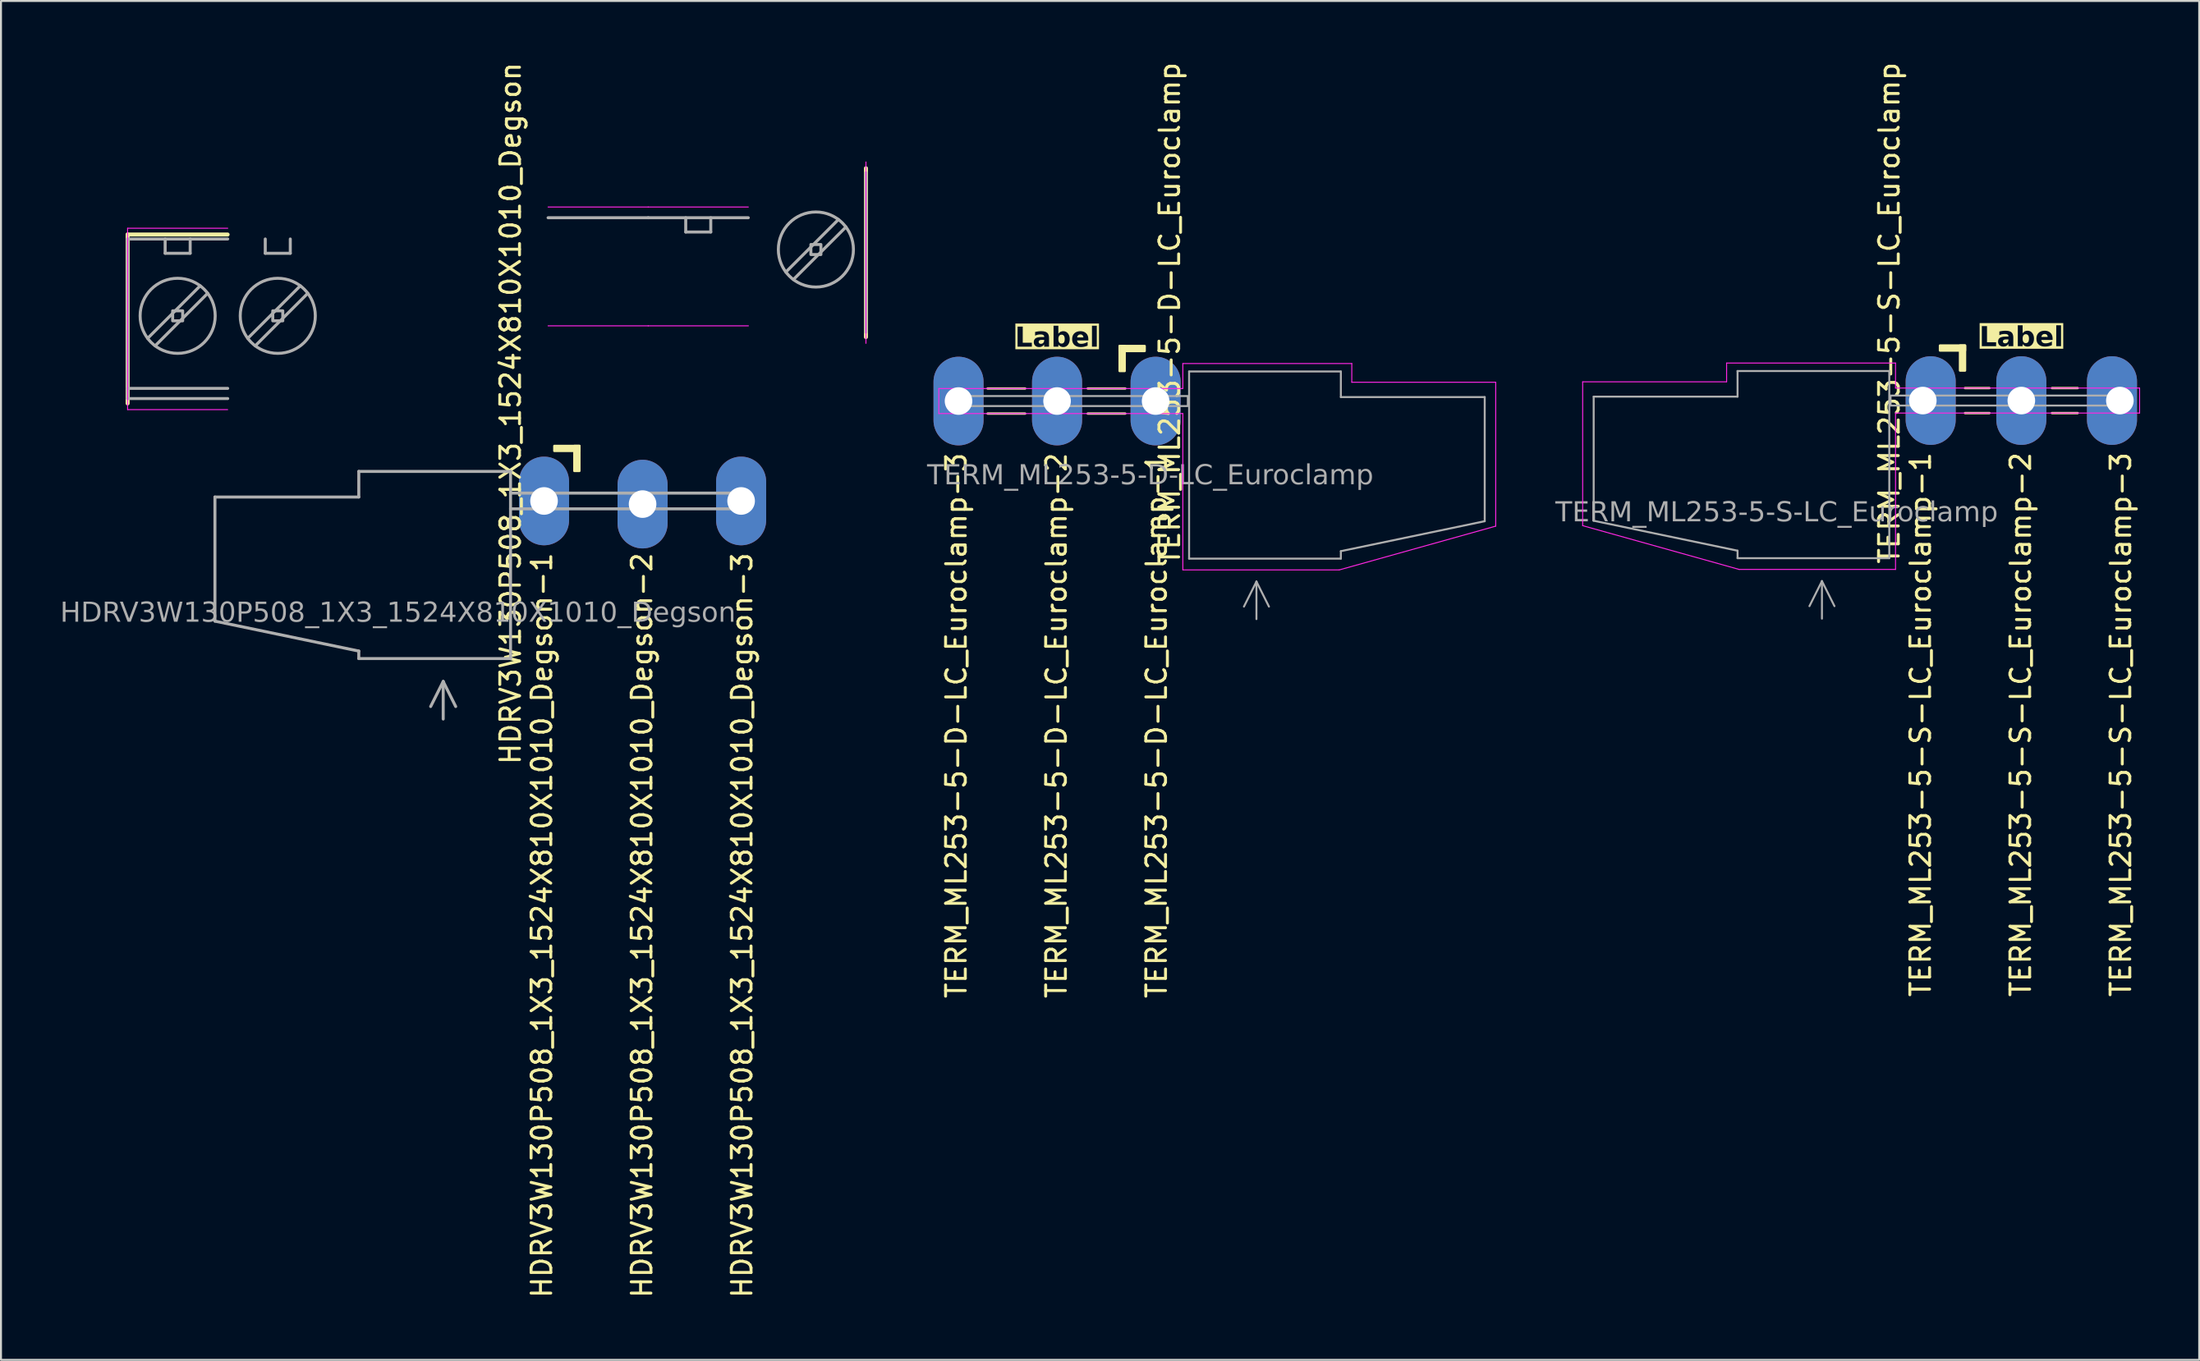
<source format=kicad_pcb>
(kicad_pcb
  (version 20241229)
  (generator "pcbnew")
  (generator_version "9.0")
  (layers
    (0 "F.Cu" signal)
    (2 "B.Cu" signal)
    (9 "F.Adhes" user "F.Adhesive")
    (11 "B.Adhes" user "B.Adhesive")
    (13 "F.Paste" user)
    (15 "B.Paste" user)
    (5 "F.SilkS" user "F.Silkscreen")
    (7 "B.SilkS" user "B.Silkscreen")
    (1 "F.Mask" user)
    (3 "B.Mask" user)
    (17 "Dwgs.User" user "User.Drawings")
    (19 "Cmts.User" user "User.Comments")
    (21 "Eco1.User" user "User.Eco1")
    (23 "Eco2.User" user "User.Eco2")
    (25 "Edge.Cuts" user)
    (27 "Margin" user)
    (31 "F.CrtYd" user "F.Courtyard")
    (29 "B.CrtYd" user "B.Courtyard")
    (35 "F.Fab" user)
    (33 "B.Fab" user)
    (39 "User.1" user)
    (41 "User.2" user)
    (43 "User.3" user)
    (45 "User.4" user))
  (footprint "HDRV3W130P508_1X3_1524X810X1010_Degson"
    (layer "F.Cu")
    (at 22.856 22.38)
    (property "Reference" "HDRV3W130P508_1X3_1524X810X1010_Degson" (at 0 -4.445 90) (layer "F.SilkS") (effects (font (size 1 1) (thickness 0.15))))
    (attr through_hole)
    (fp_line (start -19.431 -13.525) (end -19.431 -4.953) (stroke (width 0.203) (type solid)) (layer "F.SilkS"))
    (fp_line (start -14.356 -13.525) (end -19.431 -13.525) (stroke (width 0.203) (type solid)) (layer "F.SilkS"))
    (fp_line (start 18.034 -16.891) (end 18.034 -8.319) (stroke (width 0.203) (type solid)) (layer "F.SilkS"))
    (fp_rect (start 2.223 -2.794) (end 3.493 -2.54) (stroke (width 0.12) (type solid)) (fill yes) (layer "F.SilkS"))
    (fp_rect (start 3.239 -2.794) (end 3.493 -1.524) (stroke (width 0.12) (type solid)) (fill yes) (layer "F.SilkS"))
    (fp_line (start -19.431 -4.636) (end -19.431 -13.843) (stroke (width 0.05) (type solid)) (layer "F.CrtYd"))
    (fp_line (start -14.356 -4.636) (end -19.431 -4.636) (stroke (width 0.05) (type solid)) (layer "F.CrtYd"))
    (fp_line (start -14.351 -13.843) (end -19.431 -13.843) (stroke (width 0.05) (type solid)) (layer "F.CrtYd"))
    (fp_line (start 1.905 -14.922) (end 6.985 -14.922) (stroke (width 0.05) (type solid)) (layer "F.CrtYd"))
    (fp_line (start 1.905 -8.89) (end 6.99 -8.89) (stroke (width 0.05) (type solid)) (layer "F.CrtYd"))
    (fp_line (start 6.985 -14.922) (end 12.065 -14.922) (stroke (width 0.05) (type solid)) (layer "F.CrtYd"))
    (fp_line (start 6.985 -8.89) (end 12.07 -8.89) (stroke (width 0.05) (type solid)) (layer "F.CrtYd"))
    (fp_line (start 18.034 -8.001) (end 18.034 -17.209) (stroke (width 0.05) (type solid)) (layer "F.CrtYd"))
    (fp_line (start -19.431 -13.298) (end -19.431 -5.198) (stroke (width 0.152) (type solid)) (layer "F.Fab"))
    (fp_line (start -18.034 -7.874) (end -15.367 -10.541) (stroke (width 0.152) (type default)) (layer "F.Fab"))
    (fp_line (start -17.526 -13.298) (end -17.526 -12.573) (stroke (width 0.152) (type default)) (layer "F.Fab"))
    (fp_line (start -17.526 -12.573) (end -16.256 -12.573) (stroke (width 0.152) (type default)) (layer "F.Fab"))
    (fp_line (start -16.256 -13.298) (end -16.256 -12.573) (stroke (width 0.152) (type default)) (layer "F.Fab"))
    (fp_line (start -15.748 -10.922) (end -18.415 -8.255) (stroke (width 0.152) (type default)) (layer "F.Fab"))
    (fp_line (start -15 -0.2) (end -7.7 -0.2) (stroke (width 0.152) (type solid)) (layer "F.Fab"))
    (fp_line (start -15 6.1) (end -15 -0.2) (stroke (width 0.152) (type solid)) (layer "F.Fab"))
    (fp_line (start -14.351 -13.298) (end -19.431 -13.298) (stroke (width 0.152) (type solid)) (layer "F.Fab"))
    (fp_line (start -14.351 -5.715) (end -19.431 -5.715) (stroke (width 0.152) (type solid)) (layer "F.Fab"))
    (fp_line (start -14.351 -5.198) (end -19.431 -5.198) (stroke (width 0.152) (type solid)) (layer "F.Fab"))
    (fp_line (start -12.954 -7.874) (end -10.287 -10.541) (stroke (width 0.152) (type default)) (layer "F.Fab"))
    (fp_line (start -12.446 -13.298) (end -12.446 -12.573) (stroke (width 0.152) (type default)) (layer "F.Fab"))
    (fp_line (start -12.446 -12.573) (end -11.176 -12.573) (stroke (width 0.152) (type default)) (layer "F.Fab"))
    (fp_line (start -11.176 -13.298) (end -11.176 -12.573) (stroke (width 0.152) (type default)) (layer "F.Fab"))
    (fp_line (start -10.668 -10.922) (end -13.335 -8.255) (stroke (width 0.152) (type default)) (layer "F.Fab"))
    (fp_line (start -7.7 -1.5) (end -7.7 -0.2) (stroke (width 0.152) (type solid)) (layer "F.Fab"))
    (fp_line (start -7.7 7.62) (end -15 6.1) (stroke (width 0.152) (type solid)) (layer "F.Fab"))
    (fp_line (start -7.7 7.62) (end -7.7 8) (stroke (width 0.152) (type solid)) (layer "F.Fab"))
    (fp_line (start -3.417 9.165) (end -4.053 10.435) (stroke (width 0.152) (type default)) (layer "F.Fab"))
    (fp_line (start -3.417 9.165) (end -3.417 11.07) (stroke (width 0.152) (type default)) (layer "F.Fab"))
    (fp_line (start -3.417 9.165) (end -2.783 10.435) (stroke (width 0.152) (type default)) (layer "F.Fab"))
    (fp_line (start 0 -1.5) (end -7.7 -1.5) (stroke (width 0.152) (type solid)) (layer "F.Fab"))
    (fp_line (start 0 8) (end -7.7 8) (stroke (width 0.152) (type solid)) (layer "F.Fab"))
    (fp_line (start 0 8) (end 0 -1.5) (stroke (width 0.152) (type solid)) (layer "F.Fab"))
    (fp_line (start 1.905 -14.377) (end 6.985 -14.377) (stroke (width 0.152) (type solid)) (layer "F.Fab"))
    (fp_line (start 6.985 -14.377) (end 12.065 -14.377) (stroke (width 0.152) (type solid)) (layer "F.Fab"))
    (fp_line (start 8.89 -14.377) (end 8.89 -13.652) (stroke (width 0.152) (type default)) (layer "F.Fab"))
    (fp_line (start 8.89 -13.652) (end 10.16 -13.652) (stroke (width 0.152) (type default)) (layer "F.Fab"))
    (fp_line (start 10.16 -14.377) (end 10.16 -13.652) (stroke (width 0.152) (type default)) (layer "F.Fab"))
    (fp_line (start 11.54 -0.4) (end 0 -0.4) (stroke (width 0.152) (type solid)) (layer "F.Fab"))
    (fp_line (start 11.54 0.4) (end 0 0.4) (stroke (width 0.152) (type solid)) (layer "F.Fab"))
    (fp_line (start 11.54 0.4) (end 11.54 -0.4) (stroke (width 0.152) (type solid)) (layer "F.Fab"))
    (fp_line (start 14.351 -11.239) (end 17.018 -13.906) (stroke (width 0.152) (type default)) (layer "F.Fab"))
    (fp_line (start 16.637 -14.287) (end 13.97 -11.62) (stroke (width 0.152) (type default)) (layer "F.Fab"))
    (fp_line (start 18.034 -16.663) (end 18.034 -8.563) (stroke (width 0.152) (type solid)) (layer "F.Fab"))
    (fp_rect (start -17.145 -9.652) (end -16.637 -9.144) (stroke (width 0.152) (type solid)) (fill no) (layer "F.Fab"))
    (fp_rect (start -11.557 -9.652) (end -12.065 -9.144) (stroke (width 0.152) (type solid)) (fill no) (layer "F.Fab"))
    (fp_rect (start 15.748 -13.018) (end 15.24 -12.509) (stroke (width 0.152) (type solid)) (fill no) (layer "F.Fab"))
    (fp_circle (center -16.891 -9.398) (end -14.986 -9.398) (stroke (width 0.152) (type default)) (fill no) (layer "F.Fab"))
    (fp_circle (center -11.811 -9.398) (end -9.906 -9.398) (stroke (width 0.152) (type default)) (fill no) (layer "F.Fab"))
    (fp_circle (center 15.494 -12.764) (end 17.399 -12.764) (stroke (width 0.152) (type default)) (fill no) (layer "F.Fab"))
    (fp_text user "${REFERENCE}-1" (at 1.587 2.54 90) (unlocked yes) (layer "F.SilkS") (effects (font (size 1 1) (thickness 0.15)) (justify right)))
    (fp_text user "${REFERENCE}-3" (at 11.748 2.54 90) (unlocked yes) (layer "F.SilkS") (effects (font (size 1 1) (thickness 0.15)) (justify right)))
    (fp_text user "${REFERENCE}-2" (at 6.668 2.54 90) (unlocked yes) (layer "F.SilkS") (effects (font (size 1 1) (thickness 0.15)) (justify right)))
    (fp_text user "${REFERENCE}" (at -5.715 5.715 0) (layer "F.Fab") (effects (font (face "Tahoma") (size 1 1) (thickness 0.15))))
    (pad "1" thru_hole oval (at 1.7 0) (size 2.54 4.5) (drill 1.4) (layers "*.Cu" "*.Mask"))
    (pad "2" thru_hole oval (at 6.7 0.159) (size 2.54 4.5) (drill 1.4) (layers "*.Cu" "*.Mask"))
    (pad "3" thru_hole oval (at 11.7 0) (size 2.54 4.5) (drill 1.4) (layers "*.Cu" "*.Mask")))
  (footprint "TERM_ML253-5-S-LC_Euroclamp"
    (layer "F.Cu")
    (at 99.517 17.284)
    (property "Reference" "TERM_ML253-5-S-LC_Euroclamp" (at -6.7 -4.445 90) (layer "F.SilkS") (effects (font (size 1 1) (thickness 0.15))))
    (property "Label" "Label" (at 0 -3.175 0) (layer "F.SilkS" knockout) (effects (font (face "Tahoma") (size 1 1) (thickness 0.2) (bold yes))))
    (attr through_hole)
    (fp_line (start -1.621 -0.635) (end -2.857 -0.635) (stroke (width 0.12) (type solid)) (layer "F.SilkS"))
    (fp_line (start -1.621 0.635) (end -2.857 0.635) (stroke (width 0.12) (type solid)) (layer "F.SilkS"))
    (fp_line (start 2.857 -0.635) (end 1.558 -0.635) (stroke (width 0.12) (type solid)) (layer "F.SilkS"))
    (fp_line (start 2.857 0.635) (end 1.556 0.635) (stroke (width 0.12) (type solid)) (layer "F.SilkS"))
    (fp_rect (start -4.128 -2.794) (end -2.857 -2.54) (stroke (width 0.12) (type solid)) (fill yes) (layer "F.SilkS"))
    (fp_rect (start -3.111 -2.794) (end -2.857 -1.524) (stroke (width 0.12) (type solid)) (fill yes) (layer "F.SilkS"))
    (fp_line (start -22.258 -0.953) (end -22.258 6.35) (stroke (width 0.05) (type solid)) (layer "F.CrtYd"))
    (fp_line (start -14.955 -1.905) (end -14.955 -0.953) (stroke (width 0.05) (type solid)) (layer "F.CrtYd"))
    (fp_line (start -14.955 -1.905) (end -6.383 -1.905) (stroke (width 0.05) (type solid)) (layer "F.CrtYd"))
    (fp_line (start -14.955 -0.953) (end -22.258 -0.953) (stroke (width 0.05) (type solid)) (layer "F.CrtYd"))
    (fp_line (start -14.32 8.572) (end -22.258 6.35) (stroke (width 0.05) (type solid)) (layer "F.CrtYd"))
    (fp_line (start -14.32 8.572) (end -6.383 8.572) (stroke (width 0.05) (type solid)) (layer "F.CrtYd"))
    (fp_line (start -6.383 -1.905) (end -6.383 -0.635) (stroke (width 0.05) (type solid)) (layer "F.CrtYd"))
    (fp_line (start -6.383 -0.635) (end 6 -0.635) (stroke (width 0.05) (type solid)) (layer "F.CrtYd"))
    (fp_line (start -6.383 0.635) (end -6.383 8.572) (stroke (width 0.05) (type solid)) (layer "F.CrtYd"))
    (fp_line (start -6.383 0.635) (end 6 0.635) (stroke (width 0.05) (type solid)) (layer "F.CrtYd"))
    (fp_line (start 6 -0.635) (end 6 0.635) (stroke (width 0.05) (type solid)) (layer "F.CrtYd"))
    (fp_line (start -21.7 -0.2) (end -14.4 -0.2) (stroke (width 0.1) (type solid)) (layer "F.Fab"))
    (fp_line (start -21.7 6.1) (end -21.7 -0.2) (stroke (width 0.1) (type solid)) (layer "F.Fab"))
    (fp_line (start -14.4 -1.5) (end -14.4 -0.2) (stroke (width 0.1) (type solid)) (layer "F.Fab"))
    (fp_line (start -14.4 7.62) (end -21.7 6.1) (stroke (width 0.1) (type solid)) (layer "F.Fab"))
    (fp_line (start -14.4 7.62) (end -14.4 8) (stroke (width 0.1) (type solid)) (layer "F.Fab"))
    (fp_line (start -10.117 9.165) (end -10.752 10.435) (stroke (width 0.1) (type default)) (layer "F.Fab"))
    (fp_line (start -10.117 9.165) (end -10.117 11.07) (stroke (width 0.1) (type default)) (layer "F.Fab"))
    (fp_line (start -10.117 9.165) (end -9.482 10.435) (stroke (width 0.1) (type default)) (layer "F.Fab"))
    (fp_line (start -6.7 -1.5) (end -14.4 -1.5) (stroke (width 0.1) (type solid)) (layer "F.Fab"))
    (fp_line (start -6.7 8) (end -14.4 8) (stroke (width 0.1) (type solid)) (layer "F.Fab"))
    (fp_line (start -6.7 8) (end -6.7 -1.5) (stroke (width 0.1) (type solid)) (layer "F.Fab"))
    (fp_rect (start 5.301 -0.254) (end -6.636 0.254) (stroke (width 0.1) (type solid)) (fill no) (layer "F.Fab"))
    (fp_text user "${REFERENCE}-1" (at -5.112 2.54 90) (unlocked yes) (layer "F.SilkS") (effects (font (size 1 1) (thickness 0.15)) (justify right)))
    (fp_text user "${REFERENCE}-3" (at 5.048 2.54 90) (unlocked yes) (layer "F.SilkS") (effects (font (size 1 1) (thickness 0.15)) (justify right)))
    (fp_text user "${REFERENCE}-2" (at -0.033 2.54 90) (unlocked yes) (layer "F.SilkS") (effects (font (size 1 1) (thickness 0.15)) (justify right)))
    (fp_text user "${REFERENCE}" (at -12.415 5.715 0) (layer "F.Fab") (effects (font (face "Tahoma") (size 1 1) (thickness 0.15))))
    (pad "1" thru_hole oval (at -5 0) (size 2.54 4.5) (drill 1.4 (offset 0.4 0)) (layers "*.Cu" "*.Mask"))
    (pad "2" thru_hole oval (at 0 0) (size 2.54 4.5) (drill 1.4) (layers "*.Cu" "*.Mask"))
    (pad "3" thru_hole oval (at 5 0) (size 2.54 4.5) (drill 1.4 (offset -0.4 0)) (layers "*.Cu" "*.Mask")))
  (footprint "TERM_ML253-5-D-LC_Euroclamp"
    (layer "F.Cu")
    (at 50.588 17.308)
    (property "Reference" "TERM_ML253-5-D-LC_Euroclamp" (at 5.715 -4.445 90) (layer "F.SilkS") (effects (font (size 1 1) (thickness 0.15))))
    (property "Label" "Label" (at 0 -3.175 0) (layer "F.SilkS" knockout) (effects (font (face "Tahoma") (size 1 1) (thickness 0.2) (bold yes))))
    (attr through_hole)
    (fp_line (start -1.621 -0.635) (end -3.524 -0.635) (stroke (width 0.12) (type solid)) (layer "F.SilkS"))
    (fp_line (start -1.621 0.635) (end -3.524 0.635) (stroke (width 0.12) (type solid)) (layer "F.SilkS"))
    (fp_line (start 3.459 0.635) (end 1.556 0.635) (stroke (width 0.12) (type solid)) (layer "F.SilkS"))
    (fp_line (start 3.46 -0.635) (end 1.558 -0.635) (stroke (width 0.12) (type solid)) (layer "F.SilkS"))
    (fp_rect (start 3.429 -2.794) (end 3.175 -1.524) (stroke (width 0.12) (type solid)) (fill yes) (layer "F.SilkS"))
    (fp_rect (start 4.445 -2.794) (end 3.175 -2.54) (stroke (width 0.12) (type solid)) (fill yes) (layer "F.SilkS"))
    (fp_line (start -6 -0.635) (end -6 0.635) (stroke (width 0.05) (type solid)) (layer "F.CrtYd"))
    (fp_line (start -6 -0.635) (end 6.383 -0.635) (stroke (width 0.05) (type solid)) (layer "F.CrtYd"))
    (fp_line (start -6 0.635) (end 6.383 0.635) (stroke (width 0.05) (type solid)) (layer "F.CrtYd"))
    (fp_line (start 6.383 -1.905) (end 6.383 -0.635) (stroke (width 0.05) (type solid)) (layer "F.CrtYd"))
    (fp_line (start 6.383 0.635) (end 6.383 8.572) (stroke (width 0.05) (type solid)) (layer "F.CrtYd"))
    (fp_line (start 14.32 8.572) (end 6.383 8.572) (stroke (width 0.05) (type solid)) (layer "F.CrtYd"))
    (fp_line (start 14.32 8.572) (end 22.258 6.35) (stroke (width 0.05) (type solid)) (layer "F.CrtYd"))
    (fp_line (start 14.955 -1.905) (end 6.383 -1.905) (stroke (width 0.05) (type solid)) (layer "F.CrtYd"))
    (fp_line (start 14.955 -1.905) (end 14.955 -0.953) (stroke (width 0.05) (type solid)) (layer "F.CrtYd"))
    (fp_line (start 14.955 -0.953) (end 22.258 -0.953) (stroke (width 0.05) (type solid)) (layer "F.CrtYd"))
    (fp_line (start 22.258 -0.953) (end 22.258 6.35) (stroke (width 0.05) (type solid)) (layer "F.CrtYd"))
    (fp_line (start 6.7 -1.5) (end 14.4 -1.5) (stroke (width 0.1) (type solid)) (layer "F.Fab"))
    (fp_line (start 6.7 8) (end 6.7 -1.5) (stroke (width 0.1) (type solid)) (layer "F.Fab"))
    (fp_line (start 6.7 8) (end 14.4 8) (stroke (width 0.1) (type solid)) (layer "F.Fab"))
    (fp_line (start 10.117 9.165) (end 9.482 10.435) (stroke (width 0.1) (type default)) (layer "F.Fab"))
    (fp_line (start 10.117 9.165) (end 10.117 11.07) (stroke (width 0.1) (type default)) (layer "F.Fab"))
    (fp_line (start 10.117 9.165) (end 10.752 10.435) (stroke (width 0.1) (type default)) (layer "F.Fab"))
    (fp_line (start 14.4 -1.5) (end 14.4 -0.2) (stroke (width 0.1) (type solid)) (layer "F.Fab"))
    (fp_line (start 14.4 7.62) (end 14.4 8) (stroke (width 0.1) (type solid)) (layer "F.Fab"))
    (fp_line (start 14.4 7.62) (end 21.7 6.1) (stroke (width 0.1) (type solid)) (layer "F.Fab"))
    (fp_line (start 21.7 -0.2) (end 14.4 -0.2) (stroke (width 0.1) (type solid)) (layer "F.Fab"))
    (fp_line (start 21.7 6.1) (end 21.7 -0.2) (stroke (width 0.1) (type solid)) (layer "F.Fab"))
    (fp_rect (start -5.301 -0.254) (end 6.636 0.254) (stroke (width 0.1) (type solid)) (fill no) (layer "F.Fab"))
    (fp_text user "${REFERENCE}-2" (at -0.033 2.54 90) (unlocked yes) (layer "F.SilkS") (effects (font (size 1 1) (thickness 0.15)) (justify right)))
    (fp_text user "${REFERENCE}-1" (at 5.048 2.54 90) (unlocked yes) (layer "F.SilkS") (effects (font (size 1 1) (thickness 0.15)) (justify right)))
    (fp_text user "${REFERENCE}-3" (at -5.112 2.54 90) (unlocked yes) (layer "F.SilkS") (effects (font (size 1 1) (thickness 0.15)) (justify right)))
    (fp_text user "${REFERENCE}" (at 4.73 3.81 0) (layer "F.Fab") (effects (font (face "Tahoma") (size 1 1) (thickness 0.15))))
    (pad "1" thru_hole oval (at 5 0) (size 2.54 4.5) (drill 1.4) (layers "*.Cu" "*.Mask"))
    (pad "2" thru_hole oval (at 0 0) (size 2.54 4.5) (drill 1.4) (layers "*.Cu" "*.Mask"))
    (pad "3" thru_hole oval (at -5 0) (size 2.54 4.5) (drill 1.4) (layers "*.Cu" "*.Mask")))
  (gr_rect
    (start -3 -3)
    (end 108.542 65.979)
    (stroke (width 0.1) (type default))
    (fill no)
    (layer "Edge.Cuts")))
</source>
